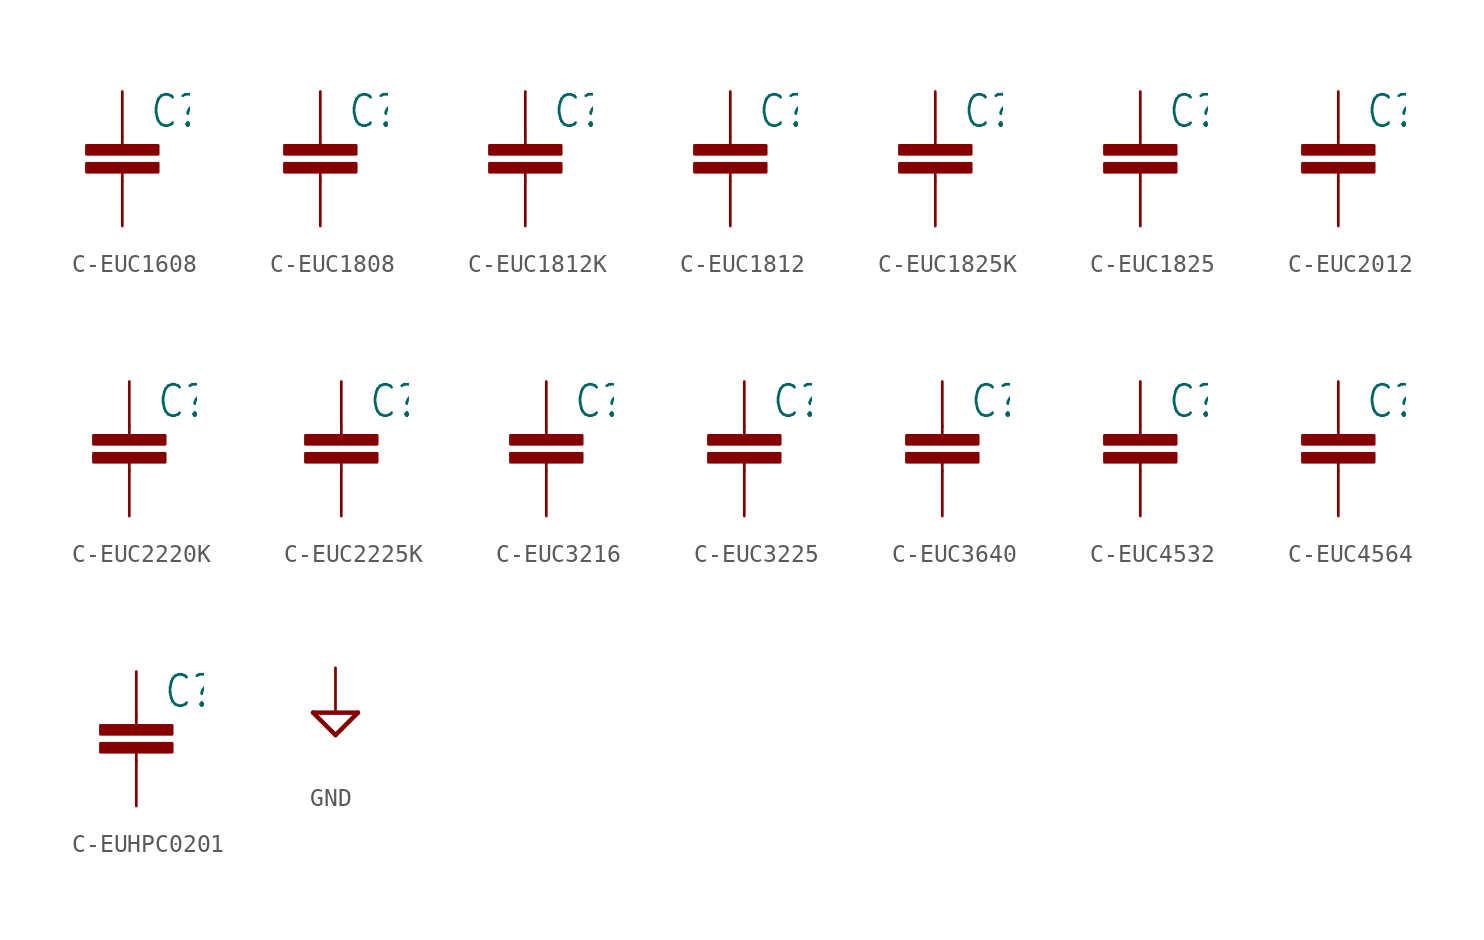
<source format=kicad_sym>
(kicad_symbol_lib
  (version 20231120)
  (generator "kicad_symbol_editor")
  (generator_version "8.0")
  (symbol "C-EUC1608"
    (property "Reference" "C"
      (at 1.524 0.381 0)
      (effects (font (size 1.778 1.511)) (justify left bottom)))
    (property "Value" ""
      (at 1.524 -4.699 0)
      (effects (font (size 1.778 1.511)) (justify left bottom)))
    (property "ki_locked" ""
      (at 0 0 0)
      (effects (font (size 1.27 1.27))))
    (symbol "C-EUC1608_1_0"
      (rectangle (start -2.032 -2.032) (end 2.032 -1.524) (stroke (width 0) (type default)) (fill (type outline)))
      (rectangle (start -2.032 -1.016) (end 2.032 -0.508) (stroke (width 0) (type default)) (fill (type outline)))
      (polyline (pts (xy 0 -2.54) (xy 0 -2.032)) (stroke (width 0.152) (type solid)) (fill (type none)))
      (polyline (pts (xy 0 0) (xy 0 -0.508)) (stroke (width 0.152) (type solid)) (fill (type none)))
      (pin passive line (at 0 2.54 270) (length 2.54) (name "1" (effects (font (size 0 0)))) (number "1" (effects (font (size 0 0)))))
      (pin passive line (at 0 -5.08 90) (length 2.54) (name "2" (effects (font (size 0 0)))) (number "2" (effects (font (size 0 0)))))))
  (symbol "C-EUC1808"
    (property "Reference" "C"
      (at 1.524 0.381 0)
      (effects (font (size 1.778 1.511)) (justify left bottom)))
    (property "Value" ""
      (at 1.524 -4.699 0)
      (effects (font (size 1.778 1.511)) (justify left bottom)))
    (property "ki_locked" ""
      (at 0 0 0)
      (effects (font (size 1.27 1.27))))
    (symbol "C-EUC1808_1_0"
      (rectangle (start -2.032 -2.032) (end 2.032 -1.524) (stroke (width 0) (type default)) (fill (type outline)))
      (rectangle (start -2.032 -1.016) (end 2.032 -0.508) (stroke (width 0) (type default)) (fill (type outline)))
      (polyline (pts (xy 0 -2.54) (xy 0 -2.032)) (stroke (width 0.152) (type solid)) (fill (type none)))
      (polyline (pts (xy 0 0) (xy 0 -0.508)) (stroke (width 0.152) (type solid)) (fill (type none)))
      (pin passive line (at 0 2.54 270) (length 2.54) (name "1" (effects (font (size 0 0)))) (number "1" (effects (font (size 0 0)))))
      (pin passive line (at 0 -5.08 90) (length 2.54) (name "2" (effects (font (size 0 0)))) (number "2" (effects (font (size 0 0)))))))
  (symbol "C-EUC1812K"
    (property "Reference" "C"
      (at 1.524 0.381 0)
      (effects (font (size 1.778 1.511)) (justify left bottom)))
    (property "Value" ""
      (at 1.524 -4.699 0)
      (effects (font (size 1.778 1.511)) (justify left bottom)))
    (property "ki_locked" ""
      (at 0 0 0)
      (effects (font (size 1.27 1.27))))
    (symbol "C-EUC1812K_1_0"
      (rectangle (start -2.032 -2.032) (end 2.032 -1.524) (stroke (width 0) (type default)) (fill (type outline)))
      (rectangle (start -2.032 -1.016) (end 2.032 -0.508) (stroke (width 0) (type default)) (fill (type outline)))
      (polyline (pts (xy 0 -2.54) (xy 0 -2.032)) (stroke (width 0.152) (type solid)) (fill (type none)))
      (polyline (pts (xy 0 0) (xy 0 -0.508)) (stroke (width 0.152) (type solid)) (fill (type none)))
      (pin passive line (at 0 2.54 270) (length 2.54) (name "1" (effects (font (size 0 0)))) (number "1" (effects (font (size 0 0)))))
      (pin passive line (at 0 -5.08 90) (length 2.54) (name "2" (effects (font (size 0 0)))) (number "2" (effects (font (size 0 0)))))))
  (symbol "C-EUC1812"
    (property "Reference" "C"
      (at 1.524 0.381 0)
      (effects (font (size 1.778 1.511)) (justify left bottom)))
    (property "Value" ""
      (at 1.524 -4.699 0)
      (effects (font (size 1.778 1.511)) (justify left bottom)))
    (property "ki_locked" ""
      (at 0 0 0)
      (effects (font (size 1.27 1.27))))
    (symbol "C-EUC1812_1_0"
      (rectangle (start -2.032 -2.032) (end 2.032 -1.524) (stroke (width 0) (type default)) (fill (type outline)))
      (rectangle (start -2.032 -1.016) (end 2.032 -0.508) (stroke (width 0) (type default)) (fill (type outline)))
      (polyline (pts (xy 0 -2.54) (xy 0 -2.032)) (stroke (width 0.152) (type solid)) (fill (type none)))
      (polyline (pts (xy 0 0) (xy 0 -0.508)) (stroke (width 0.152) (type solid)) (fill (type none)))
      (pin passive line (at 0 2.54 270) (length 2.54) (name "1" (effects (font (size 0 0)))) (number "1" (effects (font (size 0 0)))))
      (pin passive line (at 0 -5.08 90) (length 2.54) (name "2" (effects (font (size 0 0)))) (number "2" (effects (font (size 0 0)))))))
  (symbol "C-EUC1825K"
    (property "Reference" "C"
      (at 1.524 0.381 0)
      (effects (font (size 1.778 1.511)) (justify left bottom)))
    (property "Value" ""
      (at 1.524 -4.699 0)
      (effects (font (size 1.778 1.511)) (justify left bottom)))
    (property "ki_locked" ""
      (at 0 0 0)
      (effects (font (size 1.27 1.27))))
    (symbol "C-EUC1825K_1_0"
      (rectangle (start -2.032 -2.032) (end 2.032 -1.524) (stroke (width 0) (type default)) (fill (type outline)))
      (rectangle (start -2.032 -1.016) (end 2.032 -0.508) (stroke (width 0) (type default)) (fill (type outline)))
      (polyline (pts (xy 0 -2.54) (xy 0 -2.032)) (stroke (width 0.152) (type solid)) (fill (type none)))
      (polyline (pts (xy 0 0) (xy 0 -0.508)) (stroke (width 0.152) (type solid)) (fill (type none)))
      (pin passive line (at 0 2.54 270) (length 2.54) (name "1" (effects (font (size 0 0)))) (number "1" (effects (font (size 0 0)))))
      (pin passive line (at 0 -5.08 90) (length 2.54) (name "2" (effects (font (size 0 0)))) (number "2" (effects (font (size 0 0)))))))
  (symbol "C-EUC1825"
    (property "Reference" "C"
      (at 1.524 0.381 0)
      (effects (font (size 1.778 1.511)) (justify left bottom)))
    (property "Value" ""
      (at 1.524 -4.699 0)
      (effects (font (size 1.778 1.511)) (justify left bottom)))
    (property "ki_locked" ""
      (at 0 0 0)
      (effects (font (size 1.27 1.27))))
    (symbol "C-EUC1825_1_0"
      (rectangle (start -2.032 -2.032) (end 2.032 -1.524) (stroke (width 0) (type default)) (fill (type outline)))
      (rectangle (start -2.032 -1.016) (end 2.032 -0.508) (stroke (width 0) (type default)) (fill (type outline)))
      (polyline (pts (xy 0 -2.54) (xy 0 -2.032)) (stroke (width 0.152) (type solid)) (fill (type none)))
      (polyline (pts (xy 0 0) (xy 0 -0.508)) (stroke (width 0.152) (type solid)) (fill (type none)))
      (pin passive line (at 0 2.54 270) (length 2.54) (name "1" (effects (font (size 0 0)))) (number "1" (effects (font (size 0 0)))))
      (pin passive line (at 0 -5.08 90) (length 2.54) (name "2" (effects (font (size 0 0)))) (number "2" (effects (font (size 0 0)))))))
  (symbol "C-EUC2012"
    (property "Reference" "C"
      (at 1.524 0.381 0)
      (effects (font (size 1.778 1.511)) (justify left bottom)))
    (property "Value" ""
      (at 1.524 -4.699 0)
      (effects (font (size 1.778 1.511)) (justify left bottom)))
    (property "ki_locked" ""
      (at 0 0 0)
      (effects (font (size 1.27 1.27))))
    (symbol "C-EUC2012_1_0"
      (rectangle (start -2.032 -2.032) (end 2.032 -1.524) (stroke (width 0) (type default)) (fill (type outline)))
      (rectangle (start -2.032 -1.016) (end 2.032 -0.508) (stroke (width 0) (type default)) (fill (type outline)))
      (polyline (pts (xy 0 -2.54) (xy 0 -2.032)) (stroke (width 0.152) (type solid)) (fill (type none)))
      (polyline (pts (xy 0 0) (xy 0 -0.508)) (stroke (width 0.152) (type solid)) (fill (type none)))
      (pin passive line (at 0 2.54 270) (length 2.54) (name "1" (effects (font (size 0 0)))) (number "1" (effects (font (size 0 0)))))
      (pin passive line (at 0 -5.08 90) (length 2.54) (name "2" (effects (font (size 0 0)))) (number "2" (effects (font (size 0 0)))))))
  (symbol "C-EUC2220K"
    (property "Reference" "C"
      (at 1.524 0.381 0)
      (effects (font (size 1.778 1.511)) (justify left bottom)))
    (property "Value" ""
      (at 1.524 -4.699 0)
      (effects (font (size 1.778 1.511)) (justify left bottom)))
    (property "ki_locked" ""
      (at 0 0 0)
      (effects (font (size 1.27 1.27))))
    (symbol "C-EUC2220K_1_0"
      (rectangle (start -2.032 -2.032) (end 2.032 -1.524) (stroke (width 0) (type default)) (fill (type outline)))
      (rectangle (start -2.032 -1.016) (end 2.032 -0.508) (stroke (width 0) (type default)) (fill (type outline)))
      (polyline (pts (xy 0 -2.54) (xy 0 -2.032)) (stroke (width 0.152) (type solid)) (fill (type none)))
      (polyline (pts (xy 0 0) (xy 0 -0.508)) (stroke (width 0.152) (type solid)) (fill (type none)))
      (pin passive line (at 0 2.54 270) (length 2.54) (name "1" (effects (font (size 0 0)))) (number "1" (effects (font (size 0 0)))))
      (pin passive line (at 0 -5.08 90) (length 2.54) (name "2" (effects (font (size 0 0)))) (number "2" (effects (font (size 0 0)))))))
  (symbol "C-EUC2225K"
    (property "Reference" "C"
      (at 1.524 0.381 0)
      (effects (font (size 1.778 1.511)) (justify left bottom)))
    (property "Value" ""
      (at 1.524 -4.699 0)
      (effects (font (size 1.778 1.511)) (justify left bottom)))
    (property "ki_locked" ""
      (at 0 0 0)
      (effects (font (size 1.27 1.27))))
    (symbol "C-EUC2225K_1_0"
      (rectangle (start -2.032 -2.032) (end 2.032 -1.524) (stroke (width 0) (type default)) (fill (type outline)))
      (rectangle (start -2.032 -1.016) (end 2.032 -0.508) (stroke (width 0) (type default)) (fill (type outline)))
      (polyline (pts (xy 0 -2.54) (xy 0 -2.032)) (stroke (width 0.152) (type solid)) (fill (type none)))
      (polyline (pts (xy 0 0) (xy 0 -0.508)) (stroke (width 0.152) (type solid)) (fill (type none)))
      (pin passive line (at 0 2.54 270) (length 2.54) (name "1" (effects (font (size 0 0)))) (number "1" (effects (font (size 0 0)))))
      (pin passive line (at 0 -5.08 90) (length 2.54) (name "2" (effects (font (size 0 0)))) (number "2" (effects (font (size 0 0)))))))
  (symbol "C-EUC3216"
    (property "Reference" "C"
      (at 1.524 0.381 0)
      (effects (font (size 1.778 1.511)) (justify left bottom)))
    (property "Value" ""
      (at 1.524 -4.699 0)
      (effects (font (size 1.778 1.511)) (justify left bottom)))
    (property "ki_locked" ""
      (at 0 0 0)
      (effects (font (size 1.27 1.27))))
    (symbol "C-EUC3216_1_0"
      (rectangle (start -2.032 -2.032) (end 2.032 -1.524) (stroke (width 0) (type default)) (fill (type outline)))
      (rectangle (start -2.032 -1.016) (end 2.032 -0.508) (stroke (width 0) (type default)) (fill (type outline)))
      (polyline (pts (xy 0 -2.54) (xy 0 -2.032)) (stroke (width 0.152) (type solid)) (fill (type none)))
      (polyline (pts (xy 0 0) (xy 0 -0.508)) (stroke (width 0.152) (type solid)) (fill (type none)))
      (pin passive line (at 0 2.54 270) (length 2.54) (name "1" (effects (font (size 0 0)))) (number "1" (effects (font (size 0 0)))))
      (pin passive line (at 0 -5.08 90) (length 2.54) (name "2" (effects (font (size 0 0)))) (number "2" (effects (font (size 0 0)))))))
  (symbol "C-EUC3225"
    (property "Reference" "C"
      (at 1.524 0.381 0)
      (effects (font (size 1.778 1.511)) (justify left bottom)))
    (property "Value" ""
      (at 1.524 -4.699 0)
      (effects (font (size 1.778 1.511)) (justify left bottom)))
    (property "ki_locked" ""
      (at 0 0 0)
      (effects (font (size 1.27 1.27))))
    (symbol "C-EUC3225_1_0"
      (rectangle (start -2.032 -2.032) (end 2.032 -1.524) (stroke (width 0) (type default)) (fill (type outline)))
      (rectangle (start -2.032 -1.016) (end 2.032 -0.508) (stroke (width 0) (type default)) (fill (type outline)))
      (polyline (pts (xy 0 -2.54) (xy 0 -2.032)) (stroke (width 0.152) (type solid)) (fill (type none)))
      (polyline (pts (xy 0 0) (xy 0 -0.508)) (stroke (width 0.152) (type solid)) (fill (type none)))
      (pin passive line (at 0 2.54 270) (length 2.54) (name "1" (effects (font (size 0 0)))) (number "1" (effects (font (size 0 0)))))
      (pin passive line (at 0 -5.08 90) (length 2.54) (name "2" (effects (font (size 0 0)))) (number "2" (effects (font (size 0 0)))))))
  (symbol "C-EUC3640"
    (property "Reference" "C"
      (at 1.524 0.381 0)
      (effects (font (size 1.778 1.511)) (justify left bottom)))
    (property "Value" ""
      (at 1.524 -4.699 0)
      (effects (font (size 1.778 1.511)) (justify left bottom)))
    (property "ki_locked" ""
      (at 0 0 0)
      (effects (font (size 1.27 1.27))))
    (symbol "C-EUC3640_1_0"
      (rectangle (start -2.032 -2.032) (end 2.032 -1.524) (stroke (width 0) (type default)) (fill (type outline)))
      (rectangle (start -2.032 -1.016) (end 2.032 -0.508) (stroke (width 0) (type default)) (fill (type outline)))
      (polyline (pts (xy 0 -2.54) (xy 0 -2.032)) (stroke (width 0.152) (type solid)) (fill (type none)))
      (polyline (pts (xy 0 0) (xy 0 -0.508)) (stroke (width 0.152) (type solid)) (fill (type none)))
      (pin passive line (at 0 2.54 270) (length 2.54) (name "1" (effects (font (size 0 0)))) (number "1" (effects (font (size 0 0)))))
      (pin passive line (at 0 -5.08 90) (length 2.54) (name "2" (effects (font (size 0 0)))) (number "2" (effects (font (size 0 0)))))))
  (symbol "C-EUC4532"
    (property "Reference" "C"
      (at 1.524 0.381 0)
      (effects (font (size 1.778 1.511)) (justify left bottom)))
    (property "Value" ""
      (at 1.524 -4.699 0)
      (effects (font (size 1.778 1.511)) (justify left bottom)))
    (property "ki_locked" ""
      (at 0 0 0)
      (effects (font (size 1.27 1.27))))
    (symbol "C-EUC4532_1_0"
      (rectangle (start -2.032 -2.032) (end 2.032 -1.524) (stroke (width 0) (type default)) (fill (type outline)))
      (rectangle (start -2.032 -1.016) (end 2.032 -0.508) (stroke (width 0) (type default)) (fill (type outline)))
      (polyline (pts (xy 0 -2.54) (xy 0 -2.032)) (stroke (width 0.152) (type solid)) (fill (type none)))
      (polyline (pts (xy 0 0) (xy 0 -0.508)) (stroke (width 0.152) (type solid)) (fill (type none)))
      (pin passive line (at 0 2.54 270) (length 2.54) (name "1" (effects (font (size 0 0)))) (number "1" (effects (font (size 0 0)))))
      (pin passive line (at 0 -5.08 90) (length 2.54) (name "2" (effects (font (size 0 0)))) (number "2" (effects (font (size 0 0)))))))
  (symbol "C-EUC4564"
    (property "Reference" "C"
      (at 1.524 0.381 0)
      (effects (font (size 1.778 1.511)) (justify left bottom)))
    (property "Value" ""
      (at 1.524 -4.699 0)
      (effects (font (size 1.778 1.511)) (justify left bottom)))
    (property "ki_locked" ""
      (at 0 0 0)
      (effects (font (size 1.27 1.27))))
    (symbol "C-EUC4564_1_0"
      (rectangle (start -2.032 -2.032) (end 2.032 -1.524) (stroke (width 0) (type default)) (fill (type outline)))
      (rectangle (start -2.032 -1.016) (end 2.032 -0.508) (stroke (width 0) (type default)) (fill (type outline)))
      (polyline (pts (xy 0 -2.54) (xy 0 -2.032)) (stroke (width 0.152) (type solid)) (fill (type none)))
      (polyline (pts (xy 0 0) (xy 0 -0.508)) (stroke (width 0.152) (type solid)) (fill (type none)))
      (pin passive line (at 0 2.54 270) (length 2.54) (name "1" (effects (font (size 0 0)))) (number "1" (effects (font (size 0 0)))))
      (pin passive line (at 0 -5.08 90) (length 2.54) (name "2" (effects (font (size 0 0)))) (number "2" (effects (font (size 0 0)))))))
  (symbol "C-EUHPC0201"
    (property "Reference" "C"
      (at 1.524 0.381 0)
      (effects (font (size 1.778 1.511)) (justify left bottom)))
    (property "Value" ""
      (at 1.524 -4.699 0)
      (effects (font (size 1.778 1.511)) (justify left bottom)))
    (property "ki_locked" ""
      (at 0 0 0)
      (effects (font (size 1.27 1.27))))
    (symbol "C-EUHPC0201_1_0"
      (rectangle (start -2.032 -2.032) (end 2.032 -1.524) (stroke (width 0) (type default)) (fill (type outline)))
      (rectangle (start -2.032 -1.016) (end 2.032 -0.508) (stroke (width 0) (type default)) (fill (type outline)))
      (polyline (pts (xy 0 -2.54) (xy 0 -2.032)) (stroke (width 0.152) (type solid)) (fill (type none)))
      (polyline (pts (xy 0 0) (xy 0 -0.508)) (stroke (width 0.152) (type solid)) (fill (type none)))
      (pin passive line (at 0 2.54 270) (length 2.54) (name "1" (effects (font (size 0 0)))) (number "1" (effects (font (size 0 0)))))
      (pin passive line (at 0 -5.08 90) (length 2.54) (name "2" (effects (font (size 0 0)))) (number "2" (effects (font (size 0 0)))))))
  (symbol "GND"
    (power)
    (property "Reference" "#SUPPLY"
      (at 0 0 0)
      (effects (font (size 1.27 1.27)) (hide yes)))
    (property "Value" ""
      (at -1.905 -3.175 0)
      (effects (font (size 1.778 1.511)) (justify left bottom)))
    (property "ki_locked" ""
      (at 0 0 0)
      (effects (font (size 1.27 1.27))))
    (symbol "GND_1_0"
      (polyline (pts (xy -1.27 0) (xy 1.27 0)) (stroke (width 0.254) (type solid)) (fill (type none)))
      (polyline (pts (xy 0 -1.27) (xy -1.27 0)) (stroke (width 0.254) (type solid)) (fill (type none)))
      (polyline (pts (xy 1.27 0) (xy 0 -1.27)) (stroke (width 0.254) (type solid)) (fill (type none)))
      (pin power_in line (at 0 2.54 270) (length 2.54) (name "GND" (effects (font (size 0 0)))) (number "1" (effects (font (size 0 0))))))))
</source>
